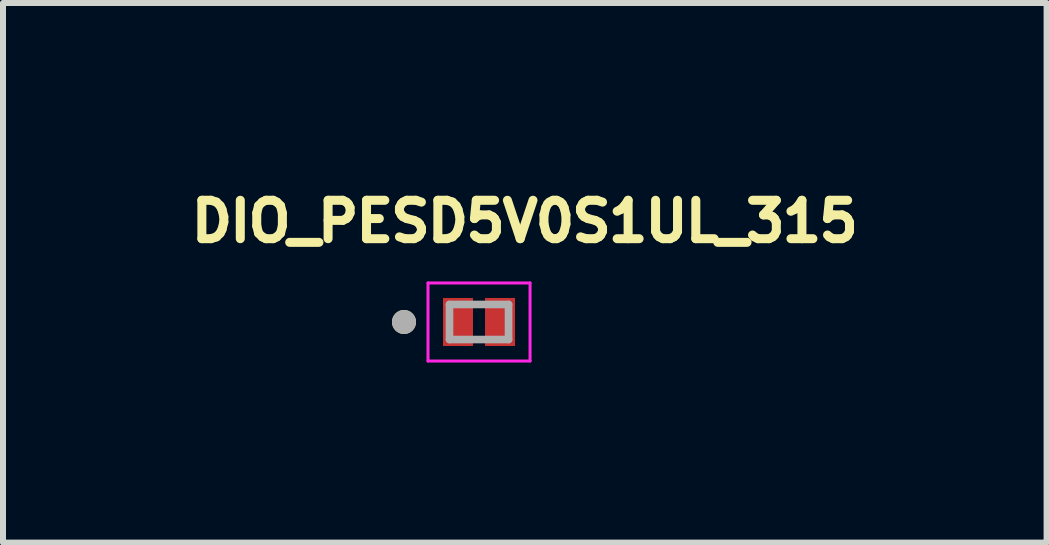
<source format=kicad_pcb>
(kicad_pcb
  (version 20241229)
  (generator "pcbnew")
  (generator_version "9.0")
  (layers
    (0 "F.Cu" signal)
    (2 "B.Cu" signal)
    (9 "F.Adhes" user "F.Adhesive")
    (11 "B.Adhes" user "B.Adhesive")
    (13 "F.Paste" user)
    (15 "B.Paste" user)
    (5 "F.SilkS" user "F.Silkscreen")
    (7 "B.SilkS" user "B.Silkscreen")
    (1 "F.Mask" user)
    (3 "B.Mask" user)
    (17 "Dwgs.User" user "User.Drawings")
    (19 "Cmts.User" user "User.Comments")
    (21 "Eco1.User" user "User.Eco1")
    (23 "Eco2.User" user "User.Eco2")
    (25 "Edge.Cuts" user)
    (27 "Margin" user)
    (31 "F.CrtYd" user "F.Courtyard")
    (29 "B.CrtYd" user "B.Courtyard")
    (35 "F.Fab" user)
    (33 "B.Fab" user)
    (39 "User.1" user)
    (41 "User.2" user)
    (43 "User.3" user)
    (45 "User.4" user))
  (footprint "DIO_PESD5V0S1UL_315"
    (layer "F.Cu")
    (at 4.93 2.314)
    (property "Reference" "DIO_PESD5V0S1UL_315" (at 0.762 -1.676 0) (layer "F.SilkS") (effects (font (size 0.64 0.64) (thickness 0.15))))
    (attr smd)
    (fp_poly (pts (xy -0.15 -0.3) (xy -0.15 0.3) (xy -0.15 0.303) (xy -0.15 0.305) (xy -0.151 0.308) (xy -0.151 0.31) (xy -0.152 0.313) (xy -0.152 0.315) (xy -0.153 0.318) (xy -0.154 0.32) (xy -0.155 0.323) (xy -0.157 0.325) (xy -0.158 0.327) (xy -0.16 0.329) (xy -0.161 0.331) (xy -0.163 0.333) (xy -0.165 0.335) (xy -0.167 0.337) (xy -0.169 0.339) (xy -0.171 0.34) (xy -0.173 0.342) (xy -0.175 0.343) (xy -0.177 0.345) (xy -0.18 0.346) (xy -0.182 0.347) (xy -0.185 0.348) (xy -0.187 0.348) (xy -0.19 0.349) (xy -0.192 0.349) (xy -0.195 0.35) (xy -0.197 0.35) (xy -0.2 0.35) (xy -0.5 0.35) (xy -0.503 0.35) (xy -0.505 0.35) (xy -0.508 0.349) (xy -0.51 0.349) (xy -0.513 0.348) (xy -0.515 0.348) (xy -0.518 0.347) (xy -0.52 0.346) (xy -0.523 0.345) (xy -0.525 0.343) (xy -0.527 0.342) (xy -0.529 0.34) (xy -0.531 0.339) (xy -0.533 0.337) (xy -0.535 0.335) (xy -0.537 0.333) (xy -0.539 0.331) (xy -0.54 0.329) (xy -0.542 0.327) (xy -0.543 0.325) (xy -0.545 0.323) (xy -0.546 0.32) (xy -0.547 0.318) (xy -0.548 0.315) (xy -0.548 0.313) (xy -0.549 0.31) (xy -0.549 0.308) (xy -0.55 0.305) (xy -0.55 0.303) (xy -0.55 0.3) (xy -0.55 -0.3) (xy -0.55 -0.303) (xy -0.55 -0.305) (xy -0.549 -0.308) (xy -0.549 -0.31) (xy -0.548 -0.313) (xy -0.548 -0.315) (xy -0.547 -0.318) (xy -0.546 -0.32) (xy -0.545 -0.323) (xy -0.543 -0.325) (xy -0.542 -0.327) (xy -0.54 -0.329) (xy -0.539 -0.331) (xy -0.537 -0.333) (xy -0.535 -0.335) (xy -0.533 -0.337) (xy -0.531 -0.339) (xy -0.529 -0.34) (xy -0.527 -0.342) (xy -0.525 -0.343) (xy -0.523 -0.345) (xy -0.52 -0.346) (xy -0.518 -0.347) (xy -0.515 -0.348) (xy -0.513 -0.348) (xy -0.51 -0.349) (xy -0.508 -0.349) (xy -0.505 -0.35) (xy -0.503 -0.35) (xy -0.5 -0.35) (xy -0.2 -0.35) (xy -0.197 -0.35) (xy -0.195 -0.35) (xy -0.192 -0.349) (xy -0.19 -0.349) (xy -0.187 -0.348) (xy -0.185 -0.348) (xy -0.182 -0.347) (xy -0.18 -0.346) (xy -0.177 -0.345) (xy -0.175 -0.343) (xy -0.173 -0.342) (xy -0.171 -0.34) (xy -0.169 -0.339) (xy -0.167 -0.337) (xy -0.165 -0.335) (xy -0.163 -0.333) (xy -0.161 -0.331) (xy -0.16 -0.329) (xy -0.158 -0.327) (xy -0.157 -0.325) (xy -0.155 -0.323) (xy -0.154 -0.32) (xy -0.153 -0.318) (xy -0.152 -0.315) (xy -0.152 -0.313) (xy -0.151 -0.31) (xy -0.151 -0.308) (xy -0.15 -0.305) (xy -0.15 -0.303) (xy -0.15 -0.3)) (stroke (width 0.01) (type solid)) (fill yes) (layer "F.Mask"))
    (fp_poly (pts (xy 0.55 -0.3) (xy 0.55 0.3) (xy 0.55 0.303) (xy 0.55 0.305) (xy 0.549 0.308) (xy 0.549 0.31) (xy 0.548 0.313) (xy 0.548 0.315) (xy 0.547 0.318) (xy 0.546 0.32) (xy 0.545 0.323) (xy 0.543 0.325) (xy 0.542 0.327) (xy 0.54 0.329) (xy 0.539 0.331) (xy 0.537 0.333) (xy 0.535 0.335) (xy 0.533 0.337) (xy 0.531 0.339) (xy 0.529 0.34) (xy 0.527 0.342) (xy 0.525 0.343) (xy 0.523 0.345) (xy 0.52 0.346) (xy 0.518 0.347) (xy 0.515 0.348) (xy 0.513 0.348) (xy 0.51 0.349) (xy 0.508 0.349) (xy 0.505 0.35) (xy 0.503 0.35) (xy 0.5 0.35) (xy 0.2 0.35) (xy 0.197 0.35) (xy 0.195 0.35) (xy 0.192 0.349) (xy 0.19 0.349) (xy 0.187 0.348) (xy 0.185 0.348) (xy 0.182 0.347) (xy 0.18 0.346) (xy 0.177 0.345) (xy 0.175 0.343) (xy 0.173 0.342) (xy 0.171 0.34) (xy 0.169 0.339) (xy 0.167 0.337) (xy 0.165 0.335) (xy 0.163 0.333) (xy 0.161 0.331) (xy 0.16 0.329) (xy 0.158 0.327) (xy 0.157 0.325) (xy 0.155 0.323) (xy 0.154 0.32) (xy 0.153 0.318) (xy 0.152 0.315) (xy 0.152 0.313) (xy 0.151 0.31) (xy 0.151 0.308) (xy 0.15 0.305) (xy 0.15 0.303) (xy 0.15 0.3) (xy 0.15 -0.3) (xy 0.15 -0.303) (xy 0.15 -0.305) (xy 0.151 -0.308) (xy 0.151 -0.31) (xy 0.152 -0.313) (xy 0.152 -0.315) (xy 0.153 -0.318) (xy 0.154 -0.32) (xy 0.155 -0.323) (xy 0.157 -0.325) (xy 0.158 -0.327) (xy 0.16 -0.329) (xy 0.161 -0.331) (xy 0.163 -0.333) (xy 0.165 -0.335) (xy 0.167 -0.337) (xy 0.169 -0.339) (xy 0.171 -0.34) (xy 0.173 -0.342) (xy 0.175 -0.343) (xy 0.177 -0.345) (xy 0.18 -0.346) (xy 0.182 -0.347) (xy 0.185 -0.348) (xy 0.187 -0.348) (xy 0.19 -0.349) (xy 0.192 -0.349) (xy 0.195 -0.35) (xy 0.197 -0.35) (xy 0.2 -0.35) (xy 0.5 -0.35) (xy 0.503 -0.35) (xy 0.505 -0.35) (xy 0.508 -0.349) (xy 0.51 -0.349) (xy 0.513 -0.348) (xy 0.515 -0.348) (xy 0.518 -0.347) (xy 0.52 -0.346) (xy 0.523 -0.345) (xy 0.525 -0.343) (xy 0.527 -0.342) (xy 0.529 -0.34) (xy 0.531 -0.339) (xy 0.533 -0.337) (xy 0.535 -0.335) (xy 0.537 -0.333) (xy 0.539 -0.331) (xy 0.54 -0.329) (xy 0.542 -0.327) (xy 0.543 -0.325) (xy 0.545 -0.323) (xy 0.546 -0.32) (xy 0.547 -0.318) (xy 0.548 -0.315) (xy 0.548 -0.313) (xy 0.549 -0.31) (xy 0.549 -0.308) (xy 0.55 -0.305) (xy 0.55 -0.303) (xy 0.55 -0.3)) (stroke (width 0.01) (type solid)) (fill yes) (layer "F.Mask"))
    (fp_circle (center -1.25 0) (end -1.15 0) (stroke (width 0.2) (type solid)) (fill no) (layer "F.SilkS"))
    (fp_poly (pts (xy -0.5 -0.3) (xy -0.2 -0.3) (xy -0.2 0.3) (xy -0.5 0.3)) (stroke (width 0.01) (type solid)) (fill yes) (layer "F.Paste"))
    (fp_poly (pts (xy 0.2 -0.3) (xy 0.5 -0.3) (xy 0.5 0.3) (xy 0.2 0.3)) (stroke (width 0.01) (type solid)) (fill yes) (layer "F.Paste"))
    (fp_line (start -0.85 -0.65) (end 0.85 -0.65) (stroke (width 0.05) (type solid)) (layer "F.CrtYd"))
    (fp_line (start -0.85 0.65) (end -0.85 -0.65) (stroke (width 0.05) (type solid)) (layer "F.CrtYd"))
    (fp_line (start 0.85 -0.65) (end 0.85 0.65) (stroke (width 0.05) (type solid)) (layer "F.CrtYd"))
    (fp_line (start 0.85 0.65) (end -0.85 0.65) (stroke (width 0.05) (type solid)) (layer "F.CrtYd"))
    (fp_line (start -0.492 -0.292) (end 0.492 -0.292) (stroke (width 0.127) (type solid)) (layer "F.Fab"))
    (fp_line (start -0.492 0.292) (end -0.492 -0.292) (stroke (width 0.127) (type solid)) (layer "F.Fab"))
    (fp_line (start 0.492 -0.292) (end 0.492 0.292) (stroke (width 0.127) (type solid)) (layer "F.Fab"))
    (fp_line (start 0.492 0.292) (end -0.492 0.292) (stroke (width 0.127) (type solid)) (layer "F.Fab"))
    (fp_circle (center -1.25 0) (end -1.15 0) (stroke (width 0.2) (type solid)) (fill no) (layer "F.Fab"))
    (pad "A" smd rect (at 0.35 0) (size 0.5 0.8) (layers "F.Cu"))
    (pad "K" smd rect (at -0.35 0) (size 0.5 0.8) (layers "F.Cu")))
  (gr_rect
    (start -3 -3)
    (end 14.385 5.989)
    (stroke (width 0.1) (type default))
    (fill no)
    (layer "Edge.Cuts")))
</source>
